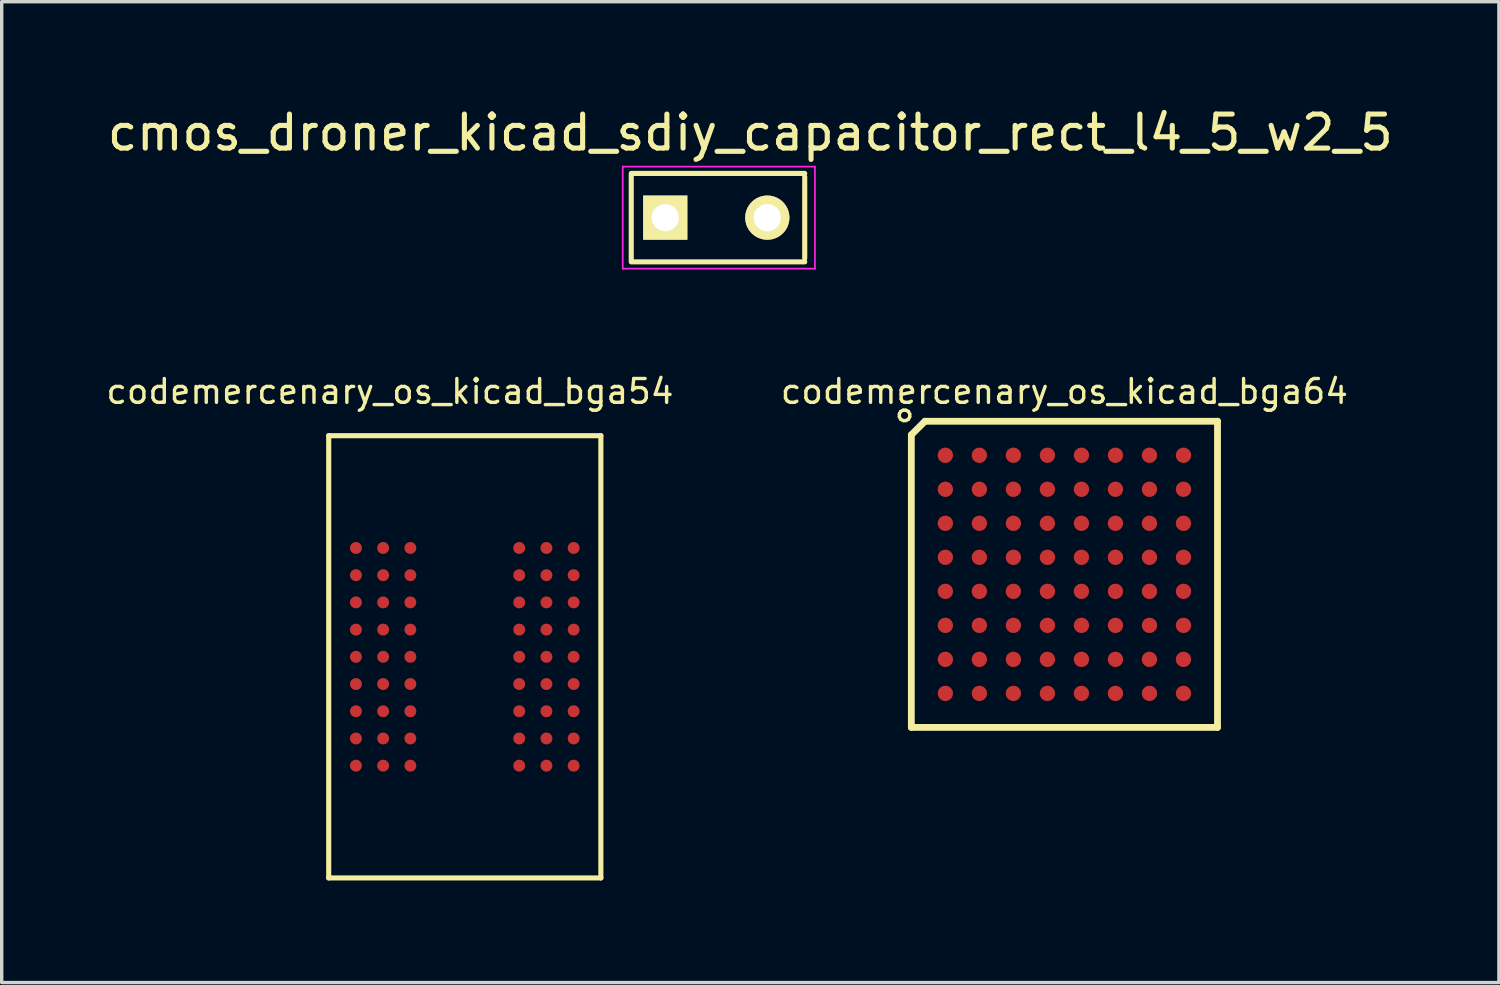
<source format=kicad_pcb>
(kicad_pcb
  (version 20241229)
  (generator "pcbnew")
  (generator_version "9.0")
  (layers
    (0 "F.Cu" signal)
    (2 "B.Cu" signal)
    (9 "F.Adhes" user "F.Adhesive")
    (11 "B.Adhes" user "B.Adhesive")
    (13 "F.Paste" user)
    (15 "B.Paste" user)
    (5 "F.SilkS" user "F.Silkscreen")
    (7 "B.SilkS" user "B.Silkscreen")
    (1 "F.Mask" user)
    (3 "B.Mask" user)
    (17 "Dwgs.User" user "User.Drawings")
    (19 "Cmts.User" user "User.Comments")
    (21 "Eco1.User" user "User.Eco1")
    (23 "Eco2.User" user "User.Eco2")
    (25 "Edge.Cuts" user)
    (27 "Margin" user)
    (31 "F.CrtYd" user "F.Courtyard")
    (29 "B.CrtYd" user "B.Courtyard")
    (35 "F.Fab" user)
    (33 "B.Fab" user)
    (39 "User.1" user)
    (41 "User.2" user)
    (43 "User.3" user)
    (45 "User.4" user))
  (footprint "codemercenary_os_kicad_bga64"
    (layer "F.Cu")
    (at 28.24 13.833)
    (property "Reference" "codemercenary_os_kicad_bga64" (at 0 -5.375 0) (layer "F.SilkS") (effects (font (size 0.7 0.7) (thickness 0.1))))
    (attr smd)
    (fp_line (start -4.5 -4.1) (end -4.1 -4.5) (stroke (width 0.2) (type solid)) (layer "F.SilkS"))
    (fp_line (start -4.5 4.5) (end -4.5 -4.1) (stroke (width 0.2) (type solid)) (layer "F.SilkS"))
    (fp_line (start -4.1 -4.5) (end 4.5 -4.5) (stroke (width 0.2) (type solid)) (layer "F.SilkS"))
    (fp_line (start 4.5 -4.5) (end 4.5 4.5) (stroke (width 0.2) (type solid)) (layer "F.SilkS"))
    (fp_line (start 4.5 4.5) (end -4.5 4.5) (stroke (width 0.2) (type solid)) (layer "F.SilkS"))
    (fp_text user "○" (at -4.7 -4.7 0) (layer "F.SilkS") (effects (font (size 0.4 0.4) (thickness 0.1))))
    (pad "A1" smd circle (at -3.5 -3.5) (size 0.45 0.45) (layers "F.Cu" "F.Mask" "F.Paste"))
    (pad "A2" smd circle (at -2.5 -3.5) (size 0.45 0.45) (layers "F.Cu" "F.Mask" "F.Paste"))
    (pad "A3" smd circle (at -1.5 -3.5) (size 0.45 0.45) (layers "F.Cu" "F.Mask" "F.Paste"))
    (pad "A4" smd circle (at -0.5 -3.5) (size 0.45 0.45) (layers "F.Cu" "F.Mask" "F.Paste"))
    (pad "A5" smd circle (at 0.5 -3.5) (size 0.45 0.45) (layers "F.Cu" "F.Mask" "F.Paste"))
    (pad "A6" smd circle (at 1.5 -3.5) (size 0.45 0.45) (layers "F.Cu" "F.Mask" "F.Paste"))
    (pad "A7" smd circle (at 2.5 -3.5) (size 0.45 0.45) (layers "F.Cu" "F.Mask" "F.Paste"))
    (pad "A8" smd circle (at 3.5 -3.5) (size 0.45 0.45) (layers "F.Cu" "F.Mask" "F.Paste"))
    (pad "B1" smd circle (at -3.5 -2.5) (size 0.45 0.45) (layers "F.Cu" "F.Mask" "F.Paste"))
    (pad "B2" smd circle (at -2.5 -2.5) (size 0.45 0.45) (layers "F.Cu" "F.Mask" "F.Paste"))
    (pad "B3" smd circle (at -1.5 -2.5) (size 0.45 0.45) (layers "F.Cu" "F.Mask" "F.Paste"))
    (pad "B4" smd circle (at -0.5 -2.5) (size 0.45 0.45) (layers "F.Cu" "F.Mask" "F.Paste"))
    (pad "B5" smd circle (at 0.5 -2.5) (size 0.45 0.45) (layers "F.Cu" "F.Mask" "F.Paste"))
    (pad "B6" smd circle (at 1.5 -2.5) (size 0.45 0.45) (layers "F.Cu" "F.Mask" "F.Paste"))
    (pad "B7" smd circle (at 2.5 -2.5) (size 0.45 0.45) (layers "F.Cu" "F.Mask" "F.Paste"))
    (pad "B8" smd circle (at 3.5 -2.5) (size 0.45 0.45) (layers "F.Cu" "F.Mask" "F.Paste"))
    (pad "C1" smd circle (at -3.5 -1.5) (size 0.45 0.45) (layers "F.Cu" "F.Mask" "F.Paste"))
    (pad "C2" smd circle (at -2.5 -1.5) (size 0.45 0.45) (layers "F.Cu" "F.Mask" "F.Paste"))
    (pad "C3" smd circle (at -1.5 -1.5) (size 0.45 0.45) (layers "F.Cu" "F.Mask" "F.Paste"))
    (pad "C4" smd circle (at -0.5 -1.5) (size 0.45 0.45) (layers "F.Cu" "F.Mask" "F.Paste"))
    (pad "C5" smd circle (at 0.5 -1.5) (size 0.45 0.45) (layers "F.Cu" "F.Mask" "F.Paste"))
    (pad "C6" smd circle (at 1.5 -1.5) (size 0.45 0.45) (layers "F.Cu" "F.Mask" "F.Paste"))
    (pad "C7" smd circle (at 2.5 -1.5) (size 0.45 0.45) (layers "F.Cu" "F.Mask" "F.Paste"))
    (pad "C8" smd circle (at 3.5 -1.5) (size 0.45 0.45) (layers "F.Cu" "F.Mask" "F.Paste"))
    (pad "D1" smd circle (at -3.5 -0.5) (size 0.45 0.45) (layers "F.Cu" "F.Mask" "F.Paste"))
    (pad "D2" smd circle (at -2.5 -0.5) (size 0.45 0.45) (layers "F.Cu" "F.Mask" "F.Paste"))
    (pad "D3" smd circle (at -1.5 -0.5) (size 0.45 0.45) (layers "F.Cu" "F.Mask" "F.Paste"))
    (pad "D4" smd circle (at -0.5 -0.5) (size 0.45 0.45) (layers "F.Cu" "F.Mask" "F.Paste"))
    (pad "D5" smd circle (at 0.5 -0.5) (size 0.45 0.45) (layers "F.Cu" "F.Mask" "F.Paste"))
    (pad "D6" smd circle (at 1.5 -0.5) (size 0.45 0.45) (layers "F.Cu" "F.Mask" "F.Paste"))
    (pad "D7" smd circle (at 2.5 -0.5) (size 0.45 0.45) (layers "F.Cu" "F.Mask" "F.Paste"))
    (pad "D8" smd circle (at 3.5 -0.5) (size 0.45 0.45) (layers "F.Cu" "F.Mask" "F.Paste"))
    (pad "E1" smd circle (at -3.5 0.5) (size 0.45 0.45) (layers "F.Cu" "F.Mask" "F.Paste"))
    (pad "E2" smd circle (at -2.5 0.5) (size 0.45 0.45) (layers "F.Cu" "F.Mask" "F.Paste"))
    (pad "E3" smd circle (at -1.5 0.5) (size 0.45 0.45) (layers "F.Cu" "F.Mask" "F.Paste"))
    (pad "E4" smd circle (at -0.5 0.5) (size 0.45 0.45) (layers "F.Cu" "F.Mask" "F.Paste"))
    (pad "E5" smd circle (at 0.5 0.5) (size 0.45 0.45) (layers "F.Cu" "F.Mask" "F.Paste"))
    (pad "E6" smd circle (at 1.5 0.5) (size 0.45 0.45) (layers "F.Cu" "F.Mask" "F.Paste"))
    (pad "E7" smd circle (at 2.5 0.5) (size 0.45 0.45) (layers "F.Cu" "F.Mask" "F.Paste"))
    (pad "E8" smd circle (at 3.5 0.5) (size 0.45 0.45) (layers "F.Cu" "F.Mask" "F.Paste"))
    (pad "F1" smd circle (at -3.5 1.5) (size 0.45 0.45) (layers "F.Cu" "F.Mask" "F.Paste"))
    (pad "F2" smd circle (at -2.5 1.5) (size 0.45 0.45) (layers "F.Cu" "F.Mask" "F.Paste"))
    (pad "F3" smd circle (at -1.5 1.5) (size 0.45 0.45) (layers "F.Cu" "F.Mask" "F.Paste"))
    (pad "F4" smd circle (at -0.5 1.5) (size 0.45 0.45) (layers "F.Cu" "F.Mask" "F.Paste"))
    (pad "F5" smd circle (at 0.5 1.5) (size 0.45 0.45) (layers "F.Cu" "F.Mask" "F.Paste"))
    (pad "F6" smd circle (at 1.5 1.5) (size 0.45 0.45) (layers "F.Cu" "F.Mask" "F.Paste"))
    (pad "F7" smd circle (at 2.5 1.5) (size 0.45 0.45) (layers "F.Cu" "F.Mask" "F.Paste"))
    (pad "F8" smd circle (at 3.5 1.5) (size 0.45 0.45) (layers "F.Cu" "F.Mask" "F.Paste"))
    (pad "G1" smd circle (at -3.5 2.5) (size 0.45 0.45) (layers "F.Cu" "F.Mask" "F.Paste"))
    (pad "G2" smd circle (at -2.5 2.5) (size 0.45 0.45) (layers "F.Cu" "F.Mask" "F.Paste"))
    (pad "G3" smd circle (at -1.5 2.5) (size 0.45 0.45) (layers "F.Cu" "F.Mask" "F.Paste"))
    (pad "G4" smd circle (at -0.5 2.5) (size 0.45 0.45) (layers "F.Cu" "F.Mask" "F.Paste"))
    (pad "G5" smd circle (at 0.5 2.5) (size 0.45 0.45) (layers "F.Cu" "F.Mask" "F.Paste"))
    (pad "G6" smd circle (at 1.5 2.5) (size 0.45 0.45) (layers "F.Cu" "F.Mask" "F.Paste"))
    (pad "G7" smd circle (at 2.5 2.5) (size 0.45 0.45) (layers "F.Cu" "F.Mask" "F.Paste"))
    (pad "G8" smd circle (at 3.5 2.5) (size 0.45 0.45) (layers "F.Cu" "F.Mask" "F.Paste"))
    (pad "H1" smd circle (at -3.5 3.5) (size 0.45 0.45) (layers "F.Cu" "F.Mask" "F.Paste"))
    (pad "H2" smd circle (at -2.5 3.5) (size 0.45 0.45) (layers "F.Cu" "F.Mask" "F.Paste"))
    (pad "H3" smd circle (at -1.5 3.5) (size 0.45 0.45) (layers "F.Cu" "F.Mask" "F.Paste"))
    (pad "H4" smd circle (at -0.5 3.5) (size 0.45 0.45) (layers "F.Cu" "F.Mask" "F.Paste"))
    (pad "H5" smd circle (at 0.5 3.5) (size 0.45 0.45) (layers "F.Cu" "F.Mask" "F.Paste"))
    (pad "H6" smd circle (at 1.5 3.5) (size 0.45 0.45) (layers "F.Cu" "F.Mask" "F.Paste"))
    (pad "H7" smd circle (at 2.5 3.5) (size 0.45 0.45) (layers "F.Cu" "F.Mask" "F.Paste"))
    (pad "H8" smd circle (at 3.5 3.5) (size 0.45 0.45) (layers "F.Cu" "F.Mask" "F.Paste")))
  (footprint "cmos_droner_kicad_sdiy_capacitor_rect_l4_5_w2_5"
    (layer "F.Cu")
    (at 16.506 3.348)
    (property "Reference" "cmos_droner_kicad_sdiy_capacitor_rect_l4_5_w2_5" (at 2.5 -2.5 0) (layer "F.SilkS") (effects (font (size 1 1) (thickness 0.15))))
    (attr through_hole)
    (fp_line (start -1 1.25) (end -1 -1.25) (stroke (width 0.15) (type solid)) (layer "F.SilkS"))
    (fp_line (start -1 1.3) (end 4.1 1.3) (stroke (width 0.15) (type solid)) (layer "F.SilkS"))
    (fp_line (start 4.1 -1.3) (end -1 -1.3) (stroke (width 0.15) (type solid)) (layer "F.SilkS"))
    (fp_line (start 4.1 -1.2) (end 4.1 1.2) (stroke (width 0.15) (type solid)) (layer "F.SilkS"))
    (fp_line (start -1.25 -1.5) (end 4.4 -1.5) (stroke (width 0.05) (type solid)) (layer "F.CrtYd"))
    (fp_line (start -1.25 1.5) (end -1.25 -1.5) (stroke (width 0.05) (type solid)) (layer "F.CrtYd"))
    (fp_line (start 4.4 -1.5) (end 4.4 1.5) (stroke (width 0.05) (type solid)) (layer "F.CrtYd"))
    (fp_line (start 4.4 1.5) (end -1.25 1.5) (stroke (width 0.05) (type solid)) (layer "F.CrtYd"))
    (pad "1" thru_hole rect (at 0 0) (size 1.3 1.3) (drill 0.8) (layers "*.Cu" "*.Mask" "F.SilkS"))
    (pad "2" thru_hole circle (at 3 0) (size 1.3 1.3) (drill 0.8) (layers "*.Cu" "*.Mask" "F.SilkS")))
  (footprint "codemercenary_os_kicad_bga54"
    (layer "F.Cu")
    (at 7.413 13.058)
    (property "Reference" "codemercenary_os_kicad_bga54" (at 1 -4.6 0) (layer "F.SilkS") (effects (font (size 0.7 0.7) (thickness 0.1))))
    (attr through_hole)
    (fp_line (start -0.8 -3.3) (end -0.8 9.7) (stroke (width 0.15) (type solid)) (layer "F.SilkS"))
    (fp_line (start -0.8 -3.3) (end 7.2 -3.3) (stroke (width 0.15) (type solid)) (layer "F.SilkS"))
    (fp_line (start -0.8 9.7) (end 7.2 9.7) (stroke (width 0.15) (type solid)) (layer "F.SilkS"))
    (fp_line (start 7.2 9.7) (end 7.2 -3.3) (stroke (width 0.15) (type solid)) (layer "F.SilkS"))
    (pad "A1" smd circle (at 0 0) (size 0.35 0.35) (layers "F.Cu" "F.Mask" "F.Paste"))
    (pad "A2" smd circle (at 0.8 0) (size 0.35 0.35) (layers "F.Cu" "F.Mask" "F.Paste"))
    (pad "A3" smd circle (at 1.6 0) (size 0.35 0.35) (layers "F.Cu" "F.Mask" "F.Paste"))
    (pad "A7" smd circle (at 4.8 0) (size 0.35 0.35) (layers "F.Cu" "F.Mask" "F.Paste"))
    (pad "A8" smd circle (at 5.6 0) (size 0.35 0.35) (layers "F.Cu" "F.Mask" "F.Paste"))
    (pad "A9" smd circle (at 6.4 0) (size 0.35 0.35) (layers "F.Cu" "F.Mask" "F.Paste"))
    (pad "B1" smd circle (at 0 0.8) (size 0.35 0.35) (layers "F.Cu" "F.Mask" "F.Paste"))
    (pad "B2" smd circle (at 0.8 0.8) (size 0.35 0.35) (layers "F.Cu" "F.Mask" "F.Paste"))
    (pad "B3" smd circle (at 1.6 0.8) (size 0.35 0.35) (layers "F.Cu" "F.Mask" "F.Paste"))
    (pad "B7" smd circle (at 4.8 0.8) (size 0.35 0.35) (layers "F.Cu" "F.Mask" "F.Paste"))
    (pad "B8" smd circle (at 5.6 0.8) (size 0.35 0.35) (layers "F.Cu" "F.Mask" "F.Paste"))
    (pad "B9" smd circle (at 6.4 0.8) (size 0.35 0.35) (layers "F.Cu" "F.Mask" "F.Paste"))
    (pad "C1" smd circle (at 0 1.6) (size 0.35 0.35) (layers "F.Cu" "F.Mask" "F.Paste"))
    (pad "C2" smd circle (at 0.8 1.6) (size 0.35 0.35) (layers "F.Cu" "F.Mask" "F.Paste"))
    (pad "C3" smd circle (at 1.6 1.6) (size 0.35 0.35) (layers "F.Cu" "F.Mask" "F.Paste"))
    (pad "C7" smd circle (at 4.8 1.6) (size 0.35 0.35) (layers "F.Cu" "F.Mask" "F.Paste"))
    (pad "C8" smd circle (at 5.6 1.6) (size 0.35 0.35) (layers "F.Cu" "F.Mask" "F.Paste"))
    (pad "C9" smd circle (at 6.4 1.6) (size 0.35 0.35) (layers "F.Cu" "F.Mask" "F.Paste"))
    (pad "D1" smd circle (at 0 2.4) (size 0.35 0.35) (layers "F.Cu" "F.Mask" "F.Paste"))
    (pad "D2" smd circle (at 0.8 2.4) (size 0.35 0.35) (layers "F.Cu" "F.Mask" "F.Paste"))
    (pad "D3" smd circle (at 1.6 2.4) (size 0.35 0.35) (layers "F.Cu" "F.Mask" "F.Paste"))
    (pad "D7" smd circle (at 4.8 2.4) (size 0.35 0.35) (layers "F.Cu" "F.Mask" "F.Paste"))
    (pad "D8" smd circle (at 5.6 2.4) (size 0.35 0.35) (layers "F.Cu" "F.Mask" "F.Paste"))
    (pad "D9" smd circle (at 6.4 2.4) (size 0.35 0.35) (layers "F.Cu" "F.Mask" "F.Paste"))
    (pad "E1" smd circle (at 0 3.2) (size 0.35 0.35) (layers "F.Cu" "F.Mask" "F.Paste"))
    (pad "E2" smd circle (at 0.8 3.2) (size 0.35 0.35) (layers "F.Cu" "F.Mask" "F.Paste"))
    (pad "E3" smd circle (at 1.6 3.2) (size 0.35 0.35) (layers "F.Cu" "F.Mask" "F.Paste"))
    (pad "E7" smd circle (at 4.8 3.2) (size 0.35 0.35) (layers "F.Cu" "F.Mask" "F.Paste"))
    (pad "E8" smd circle (at 5.6 3.2) (size 0.35 0.35) (layers "F.Cu" "F.Mask" "F.Paste"))
    (pad "E9" smd circle (at 6.4 3.2) (size 0.35 0.35) (layers "F.Cu" "F.Mask" "F.Paste"))
    (pad "F1" smd circle (at 0 4) (size 0.35 0.35) (layers "F.Cu" "F.Mask" "F.Paste"))
    (pad "F2" smd circle (at 0.8 4) (size 0.35 0.35) (layers "F.Cu" "F.Mask" "F.Paste"))
    (pad "F3" smd circle (at 1.6 4) (size 0.35 0.35) (layers "F.Cu" "F.Mask" "F.Paste"))
    (pad "F7" smd circle (at 4.8 4) (size 0.35 0.35) (layers "F.Cu" "F.Mask" "F.Paste"))
    (pad "F8" smd circle (at 5.6 4) (size 0.35 0.35) (layers "F.Cu" "F.Mask" "F.Paste"))
    (pad "F9" smd circle (at 6.4 4) (size 0.35 0.35) (layers "F.Cu" "F.Mask" "F.Paste"))
    (pad "G1" smd circle (at 0 4.8) (size 0.35 0.35) (layers "F.Cu" "F.Mask" "F.Paste"))
    (pad "G2" smd circle (at 0.8 4.8) (size 0.35 0.35) (layers "F.Cu" "F.Mask" "F.Paste"))
    (pad "G3" smd circle (at 1.6 4.8) (size 0.35 0.35) (layers "F.Cu" "F.Mask" "F.Paste"))
    (pad "G7" smd circle (at 4.8 4.8) (size 0.35 0.35) (layers "F.Cu" "F.Mask" "F.Paste"))
    (pad "G8" smd circle (at 5.6 4.8) (size 0.35 0.35) (layers "F.Cu" "F.Mask" "F.Paste"))
    (pad "G9" smd circle (at 6.4 4.8) (size 0.35 0.35) (layers "F.Cu" "F.Mask" "F.Paste"))
    (pad "H1" smd circle (at 0 5.6) (size 0.35 0.35) (layers "F.Cu" "F.Mask" "F.Paste"))
    (pad "H2" smd circle (at 0.8 5.6) (size 0.35 0.35) (layers "F.Cu" "F.Mask" "F.Paste"))
    (pad "H3" smd circle (at 1.6 5.6) (size 0.35 0.35) (layers "F.Cu" "F.Mask" "F.Paste"))
    (pad "H7" smd circle (at 4.8 5.6) (size 0.35 0.35) (layers "F.Cu" "F.Mask" "F.Paste"))
    (pad "H8" smd circle (at 5.6 5.6) (size 0.35 0.35) (layers "F.Cu" "F.Mask" "F.Paste"))
    (pad "H9" smd circle (at 6.4 5.6) (size 0.35 0.35) (layers "F.Cu" "F.Mask" "F.Paste"))
    (pad "J1" smd circle (at 0 6.4) (size 0.35 0.35) (layers "F.Cu" "F.Mask" "F.Paste"))
    (pad "J2" smd circle (at 0.8 6.4) (size 0.35 0.35) (layers "F.Cu" "F.Mask" "F.Paste"))
    (pad "J3" smd circle (at 1.6 6.4) (size 0.35 0.35) (layers "F.Cu" "F.Mask" "F.Paste"))
    (pad "J7" smd circle (at 4.8 6.4) (size 0.35 0.35) (layers "F.Cu" "F.Mask" "F.Paste"))
    (pad "J8" smd circle (at 5.6 6.4) (size 0.35 0.35) (layers "F.Cu" "F.Mask" "F.Paste"))
    (pad "J9" smd circle (at 6.4 6.4) (size 0.35 0.35) (layers "F.Cu" "F.Mask" "F.Paste")))
  (gr_rect
    (start -3 -3)
    (end 41.012 25.833)
    (stroke (width 0.1) (type default))
    (fill no)
    (layer "Edge.Cuts")))
</source>
